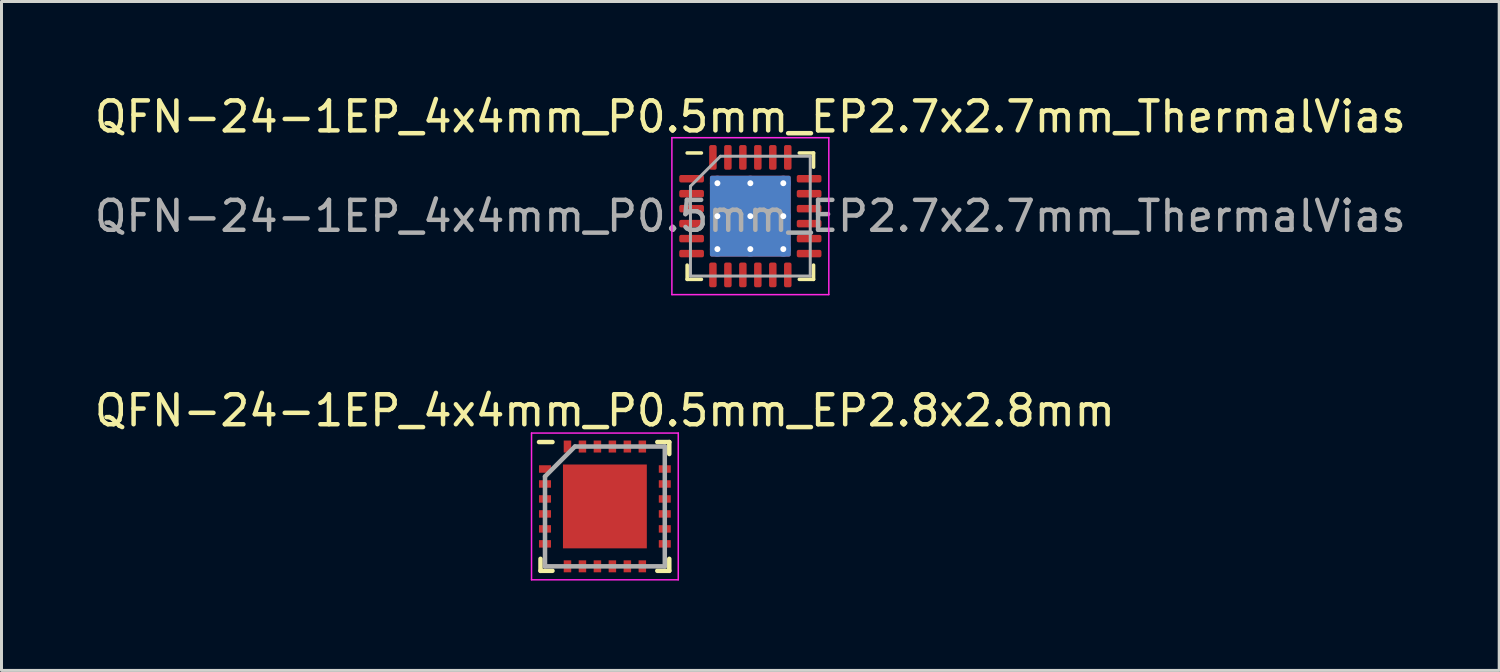
<source format=kicad_pcb>
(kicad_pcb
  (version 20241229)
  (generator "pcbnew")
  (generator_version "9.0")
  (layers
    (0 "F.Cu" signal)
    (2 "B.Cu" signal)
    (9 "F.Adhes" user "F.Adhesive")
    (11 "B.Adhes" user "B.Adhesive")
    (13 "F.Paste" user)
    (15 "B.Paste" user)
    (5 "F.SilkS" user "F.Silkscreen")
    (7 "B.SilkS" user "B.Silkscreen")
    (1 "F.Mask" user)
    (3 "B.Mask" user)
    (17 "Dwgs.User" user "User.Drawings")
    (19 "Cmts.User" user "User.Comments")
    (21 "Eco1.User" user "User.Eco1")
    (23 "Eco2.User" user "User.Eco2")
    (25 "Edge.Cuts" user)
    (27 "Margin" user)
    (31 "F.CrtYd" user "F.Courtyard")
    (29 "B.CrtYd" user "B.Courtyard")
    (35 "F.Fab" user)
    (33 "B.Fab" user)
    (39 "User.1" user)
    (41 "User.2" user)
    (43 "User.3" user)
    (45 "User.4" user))
  (footprint "QFN-24-1EP_4x4mm_P0.5mm_EP2.8x2.8mm"
    (layer "F.Cu")
    (at 17.149 13.861)
    (property "Reference" "QFN-24-1EP_4x4mm_P0.5mm_EP2.8x2.8mm" (at 0 -3.2 0) (layer "F.SilkS") (effects (font (size 1 1) (thickness 0.15))))
    (attr smd)
    (fp_line (start -2.15 2.15) (end -2.15 1.75) (stroke (width 0.15) (type solid)) (layer "F.SilkS"))
    (fp_line (start -1.75 -2.15) (end -2.2 -2.15) (stroke (width 0.15) (type solid)) (layer "F.SilkS"))
    (fp_line (start -1.75 2.15) (end -2.15 2.15) (stroke (width 0.15) (type solid)) (layer "F.SilkS"))
    (fp_line (start 1.75 -2.15) (end 2.15 -2.15) (stroke (width 0.15) (type solid)) (layer "F.SilkS"))
    (fp_line (start 1.75 2.15) (end 2.15 2.15) (stroke (width 0.15) (type solid)) (layer "F.SilkS"))
    (fp_line (start 2.15 -2.15) (end 2.15 -1.75) (stroke (width 0.15) (type solid)) (layer "F.SilkS"))
    (fp_line (start 2.15 2.15) (end 2.15 1.75) (stroke (width 0.15) (type solid)) (layer "F.SilkS"))
    (fp_line (start -2.45 -2.45) (end 2.45 -2.45) (stroke (width 0.05) (type solid)) (layer "F.CrtYd"))
    (fp_line (start -2.45 2.45) (end -2.45 -2.45) (stroke (width 0.05) (type solid)) (layer "F.CrtYd"))
    (fp_line (start 2.45 -2.45) (end 2.45 2.45) (stroke (width 0.05) (type solid)) (layer "F.CrtYd"))
    (fp_line (start 2.45 2.45) (end -2.45 2.45) (stroke (width 0.05) (type solid)) (layer "F.CrtYd"))
    (fp_line (start -2 -1) (end -2 2) (stroke (width 0.15) (type solid)) (layer "F.Fab"))
    (fp_line (start -2 2) (end 2 2) (stroke (width 0.15) (type solid)) (layer "F.Fab"))
    (fp_line (start -1 -2) (end -2 -1) (stroke (width 0.15) (type solid)) (layer "F.Fab"))
    (fp_line (start 2 -2) (end -1 -2) (stroke (width 0.15) (type solid)) (layer "F.Fab"))
    (fp_line (start 2 2) (end 2 -2) (stroke (width 0.15) (type solid)) (layer "F.Fab"))
    (pad "1" smd rect (at -2 -1.25 90) (size 0.25 0.4) (layers "F.Cu" "F.Mask" "F.Paste"))
    (pad "2" smd rect (at -2 -0.75 90) (size 0.25 0.4) (layers "F.Cu" "F.Mask" "F.Paste"))
    (pad "3" smd rect (at -2 -0.25 90) (size 0.25 0.4) (layers "F.Cu" "F.Mask" "F.Paste"))
    (pad "4" smd rect (at -2 0.25 90) (size 0.25 0.4) (layers "F.Cu" "F.Mask" "F.Paste"))
    (pad "5" smd rect (at -2 0.75 90) (size 0.25 0.4) (layers "F.Cu" "F.Mask" "F.Paste"))
    (pad "6" smd rect (at -2 1.25 90) (size 0.25 0.4) (layers "F.Cu" "F.Mask" "F.Paste"))
    (pad "7" smd rect (at -1.25 2) (size 0.25 0.4) (layers "F.Cu" "F.Mask" "F.Paste"))
    (pad "8" smd rect (at -0.75 2) (size 0.25 0.4) (layers "F.Cu" "F.Mask" "F.Paste"))
    (pad "9" smd rect (at -0.25 2) (size 0.25 0.4) (layers "F.Cu" "F.Mask" "F.Paste"))
    (pad "10" smd rect (at 0.25 2) (size 0.25 0.4) (layers "F.Cu" "F.Mask" "F.Paste"))
    (pad "11" smd rect (at 0.75 2) (size 0.25 0.4) (layers "F.Cu" "F.Mask" "F.Paste"))
    (pad "12" smd rect (at 1.25 2) (size 0.25 0.4) (layers "F.Cu" "F.Mask" "F.Paste"))
    (pad "13" smd rect (at 2 1.25 90) (size 0.25 0.4) (layers "F.Cu" "F.Mask" "F.Paste"))
    (pad "14" smd rect (at 2 0.75 90) (size 0.25 0.4) (layers "F.Cu" "F.Mask" "F.Paste"))
    (pad "15" smd rect (at 2 0.25 90) (size 0.25 0.4) (layers "F.Cu" "F.Mask" "F.Paste"))
    (pad "16" smd rect (at 2 -0.25 90) (size 0.25 0.4) (layers "F.Cu" "F.Mask" "F.Paste"))
    (pad "17" smd rect (at 2 -0.75 90) (size 0.25 0.4) (layers "F.Cu" "F.Mask" "F.Paste"))
    (pad "18" smd rect (at 2 -1.25 90) (size 0.25 0.4) (layers "F.Cu" "F.Mask" "F.Paste"))
    (pad "19" smd rect (at 1.25 -2) (size 0.25 0.4) (layers "F.Cu" "F.Mask" "F.Paste"))
    (pad "20" smd rect (at 0.75 -2) (size 0.25 0.4) (layers "F.Cu" "F.Mask" "F.Paste"))
    (pad "21" smd rect (at 0.25 -2) (size 0.25 0.4) (layers "F.Cu" "F.Mask" "F.Paste"))
    (pad "22" smd rect (at -0.25 -2) (size 0.25 0.4) (layers "F.Cu" "F.Mask" "F.Paste"))
    (pad "23" smd rect (at -0.75 -2) (size 0.25 0.4) (layers "F.Cu" "F.Mask" "F.Paste"))
    (pad "24" smd rect (at -1.25 -2) (size 0.25 0.4) (layers "F.Cu" "F.Mask" "F.Paste"))
    (pad "25" smd rect (at 0 0) (size 2.8 2.8) (layers "F.Cu" "F.Mask")))
  (footprint "QFN-24-1EP_4x4mm_P0.5mm_EP2.7x2.7mm_ThermalVias"
    (layer "F.Cu")
    (at 22.006 4.168)
    (property "Reference" "QFN-24-1EP_4x4mm_P0.5mm_EP2.7x2.7mm_ThermalVias" (at 0 -3.32 0) (layer "F.SilkS") (effects (font (size 1 1) (thickness 0.15))))
    (attr smd)
    (fp_line (start -2.11 2.11) (end -2.11 1.635) (stroke (width 0.12) (type solid)) (layer "F.SilkS"))
    (fp_line (start -1.635 -2.11) (end -2.11 -2.11) (stroke (width 0.12) (type solid)) (layer "F.SilkS"))
    (fp_line (start -1.635 2.11) (end -2.11 2.11) (stroke (width 0.12) (type solid)) (layer "F.SilkS"))
    (fp_line (start 1.635 -2.11) (end 2.11 -2.11) (stroke (width 0.12) (type solid)) (layer "F.SilkS"))
    (fp_line (start 1.635 2.11) (end 2.11 2.11) (stroke (width 0.12) (type solid)) (layer "F.SilkS"))
    (fp_line (start 2.11 -2.11) (end 2.11 -1.635) (stroke (width 0.12) (type solid)) (layer "F.SilkS"))
    (fp_line (start 2.11 2.11) (end 2.11 1.635) (stroke (width 0.12) (type solid)) (layer "F.SilkS"))
    (fp_line (start -2.62 -2.62) (end -2.62 2.62) (stroke (width 0.05) (type solid)) (layer "F.CrtYd"))
    (fp_line (start -2.62 2.62) (end 2.62 2.62) (stroke (width 0.05) (type solid)) (layer "F.CrtYd"))
    (fp_line (start 2.62 -2.62) (end -2.62 -2.62) (stroke (width 0.05) (type solid)) (layer "F.CrtYd"))
    (fp_line (start 2.62 2.62) (end 2.62 -2.62) (stroke (width 0.05) (type solid)) (layer "F.CrtYd"))
    (fp_line (start -2 -1) (end -1 -2) (stroke (width 0.1) (type solid)) (layer "F.Fab"))
    (fp_line (start -2 2) (end -2 -1) (stroke (width 0.1) (type solid)) (layer "F.Fab"))
    (fp_line (start -1 -2) (end 2 -2) (stroke (width 0.1) (type solid)) (layer "F.Fab"))
    (fp_line (start 2 -2) (end 2 2) (stroke (width 0.1) (type solid)) (layer "F.Fab"))
    (fp_line (start 2 2) (end -2 2) (stroke (width 0.1) (type solid)) (layer "F.Fab"))
    (fp_text user "${REFERENCE}" (at 0 0 0) (layer "F.Fab") (effects (font (size 1 1) (thickness 0.15))))
    (pad "" smd roundrect (at -0.675 -0.675) (size 1.17 1.17) (layers "F.Paste") (roundrect_rratio 0.214))
    (pad "" smd roundrect (at -0.675 0.675) (size 1.17 1.17) (layers "F.Paste") (roundrect_rratio 0.214))
    (pad "" smd roundrect (at 0.675 -0.675) (size 1.17 1.17) (layers "F.Paste") (roundrect_rratio 0.214))
    (pad "" smd roundrect (at 0.675 0.675) (size 1.17 1.17) (layers "F.Paste") (roundrect_rratio 0.214))
    (pad "1" smd roundrect (at -1.962 -1.25) (size 0.825 0.25) (layers "F.Cu" "F.Mask" "F.Paste") (roundrect_rratio 0.25))
    (pad "2" smd roundrect (at -1.962 -0.75) (size 0.825 0.25) (layers "F.Cu" "F.Mask" "F.Paste") (roundrect_rratio 0.25))
    (pad "3" smd roundrect (at -1.962 -0.25) (size 0.825 0.25) (layers "F.Cu" "F.Mask" "F.Paste") (roundrect_rratio 0.25))
    (pad "4" smd roundrect (at -1.962 0.25) (size 0.825 0.25) (layers "F.Cu" "F.Mask" "F.Paste") (roundrect_rratio 0.25))
    (pad "5" smd roundrect (at -1.962 0.75) (size 0.825 0.25) (layers "F.Cu" "F.Mask" "F.Paste") (roundrect_rratio 0.25))
    (pad "6" smd roundrect (at -1.962 1.25) (size 0.825 0.25) (layers "F.Cu" "F.Mask" "F.Paste") (roundrect_rratio 0.25))
    (pad "7" smd roundrect (at -1.25 1.962) (size 0.25 0.825) (layers "F.Cu" "F.Mask" "F.Paste") (roundrect_rratio 0.25))
    (pad "8" smd roundrect (at -0.75 1.962) (size 0.25 0.825) (layers "F.Cu" "F.Mask" "F.Paste") (roundrect_rratio 0.25))
    (pad "9" smd roundrect (at -0.25 1.962) (size 0.25 0.825) (layers "F.Cu" "F.Mask" "F.Paste") (roundrect_rratio 0.25))
    (pad "10" smd roundrect (at 0.25 1.962) (size 0.25 0.825) (layers "F.Cu" "F.Mask" "F.Paste") (roundrect_rratio 0.25))
    (pad "11" smd roundrect (at 0.75 1.962) (size 0.25 0.825) (layers "F.Cu" "F.Mask" "F.Paste") (roundrect_rratio 0.25))
    (pad "12" smd roundrect (at 1.25 1.962) (size 0.25 0.825) (layers "F.Cu" "F.Mask" "F.Paste") (roundrect_rratio 0.25))
    (pad "13" smd roundrect (at 1.962 1.25) (size 0.825 0.25) (layers "F.Cu" "F.Mask" "F.Paste") (roundrect_rratio 0.25))
    (pad "14" smd roundrect (at 1.962 0.75) (size 0.825 0.25) (layers "F.Cu" "F.Mask" "F.Paste") (roundrect_rratio 0.25))
    (pad "15" smd roundrect (at 1.962 0.25) (size 0.825 0.25) (layers "F.Cu" "F.Mask" "F.Paste") (roundrect_rratio 0.25))
    (pad "16" smd roundrect (at 1.962 -0.25) (size 0.825 0.25) (layers "F.Cu" "F.Mask" "F.Paste") (roundrect_rratio 0.25))
    (pad "17" smd roundrect (at 1.962 -0.75) (size 0.825 0.25) (layers "F.Cu" "F.Mask" "F.Paste") (roundrect_rratio 0.25))
    (pad "18" smd roundrect (at 1.962 -1.25) (size 0.825 0.25) (layers "F.Cu" "F.Mask" "F.Paste") (roundrect_rratio 0.25))
    (pad "19" smd roundrect (at 1.25 -1.962) (size 0.25 0.825) (layers "F.Cu" "F.Mask" "F.Paste") (roundrect_rratio 0.25))
    (pad "20" smd roundrect (at 0.75 -1.962) (size 0.25 0.825) (layers "F.Cu" "F.Mask" "F.Paste") (roundrect_rratio 0.25))
    (pad "21" smd roundrect (at 0.25 -1.962) (size 0.25 0.825) (layers "F.Cu" "F.Mask" "F.Paste") (roundrect_rratio 0.25))
    (pad "22" smd roundrect (at -0.25 -1.962) (size 0.25 0.825) (layers "F.Cu" "F.Mask" "F.Paste") (roundrect_rratio 0.25))
    (pad "23" smd roundrect (at -0.75 -1.962) (size 0.25 0.825) (layers "F.Cu" "F.Mask" "F.Paste") (roundrect_rratio 0.25))
    (pad "24" smd roundrect (at -1.25 -1.962) (size 0.25 0.825) (layers "F.Cu" "F.Mask" "F.Paste") (roundrect_rratio 0.25))
    (pad "25" thru_hole circle (at -1.1 -1.1) (size 0.5 0.5) (drill 0.2) (layers "*.Cu"))
    (pad "25" thru_hole circle (at -1.1 0) (size 0.5 0.5) (drill 0.2) (layers "*.Cu"))
    (pad "25" thru_hole circle (at -1.1 1.1) (size 0.5 0.5) (drill 0.2) (layers "*.Cu"))
    (pad "25" thru_hole circle (at 0 -1.1) (size 0.5 0.5) (drill 0.2) (layers "*.Cu"))
    (pad "25" thru_hole circle (at 0 0) (size 0.5 0.5) (drill 0.2) (layers "*.Cu"))
    (pad "25" smd roundrect (at 0 0) (size 2.7 2.7) (layers "F.Cu" "F.Mask") (roundrect_rratio 0.023))
    (pad "25" smd roundrect (at 0 0) (size 2.7 2.7) (layers "B.Cu") (roundrect_rratio 0.023))
    (pad "25" thru_hole circle (at 0 1.1) (size 0.5 0.5) (drill 0.2) (layers "*.Cu"))
    (pad "25" thru_hole circle (at 1.1 -1.1) (size 0.5 0.5) (drill 0.2) (layers "*.Cu"))
    (pad "25" thru_hole circle (at 1.1 0) (size 0.5 0.5) (drill 0.2) (layers "*.Cu"))
    (pad "25" thru_hole circle (at 1.1 1.1) (size 0.5 0.5) (drill 0.2) (layers "*.Cu")))
  (gr_rect
    (start -3 -3)
    (end 47.012 19.337)
    (stroke (width 0.1) (type default))
    (fill no)
    (layer "Edge.Cuts")))
</source>
